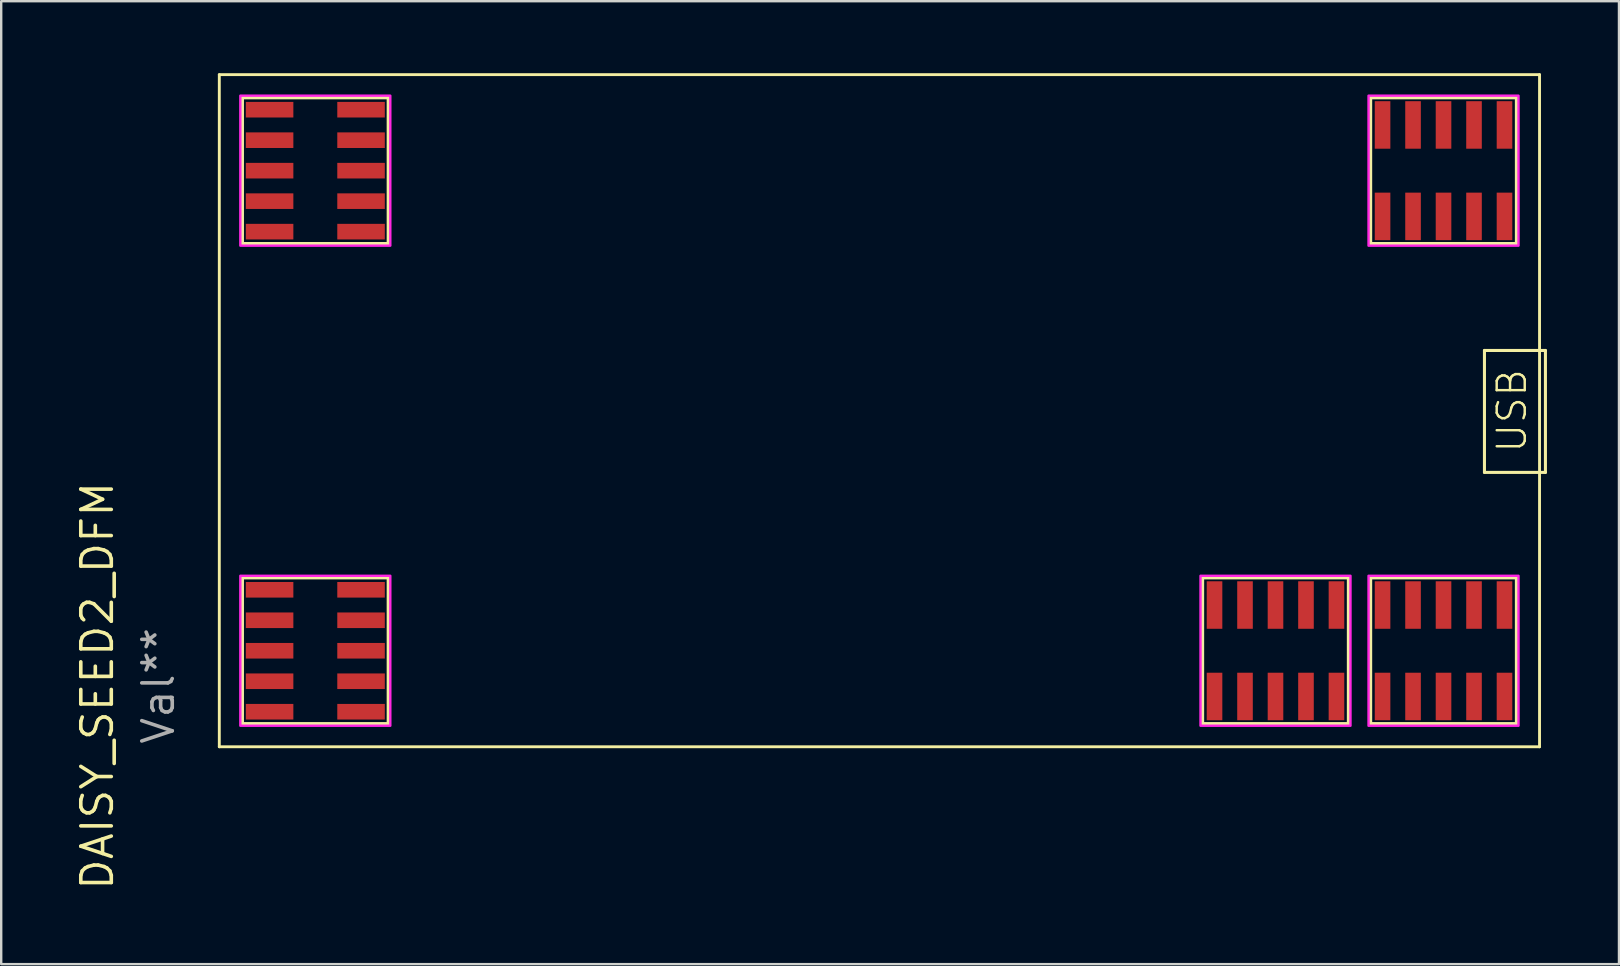
<source format=kicad_pcb>
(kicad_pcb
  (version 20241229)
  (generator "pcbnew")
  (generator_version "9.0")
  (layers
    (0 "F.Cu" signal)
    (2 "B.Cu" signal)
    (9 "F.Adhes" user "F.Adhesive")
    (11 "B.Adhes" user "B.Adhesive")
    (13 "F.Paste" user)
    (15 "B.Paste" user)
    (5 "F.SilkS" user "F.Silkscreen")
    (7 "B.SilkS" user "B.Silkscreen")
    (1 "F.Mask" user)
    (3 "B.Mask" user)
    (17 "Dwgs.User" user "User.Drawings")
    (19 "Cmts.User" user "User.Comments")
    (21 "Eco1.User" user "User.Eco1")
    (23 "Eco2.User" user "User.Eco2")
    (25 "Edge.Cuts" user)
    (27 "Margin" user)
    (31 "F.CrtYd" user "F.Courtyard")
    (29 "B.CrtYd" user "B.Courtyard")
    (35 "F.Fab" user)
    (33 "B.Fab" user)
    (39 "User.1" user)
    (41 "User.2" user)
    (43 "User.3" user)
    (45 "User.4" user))
  (footprint "DAISY_SEED2_DFM"
    (layer "F.Cu")
    (at 6.086 28.06)
    (property "Reference" "DAISY_SEED2_DFM" (at -5.08 -2.54 270) (layer "F.SilkS") (effects (font (size 1.27 1.27) (thickness 0.15))))
    (fp_line (start 0 -28) (end 55 -28) (stroke (width 0.12) (type solid)) (layer "F.SilkS"))
    (fp_line (start 0 0) (end 0 -28) (stroke (width 0.12) (type solid)) (layer "F.SilkS"))
    (fp_line (start 0.952 -27.048) (end 0.952 -20.952) (stroke (width 0.152) (type solid)) (layer "F.SilkS"))
    (fp_line (start 0.952 -20.952) (end 7.048 -20.952) (stroke (width 0.152) (type solid)) (layer "F.SilkS"))
    (fp_line (start 0.952 -7.048) (end 0.952 -0.952) (stroke (width 0.152) (type solid)) (layer "F.SilkS"))
    (fp_line (start 0.952 -0.952) (end 7.048 -0.952) (stroke (width 0.152) (type solid)) (layer "F.SilkS"))
    (fp_line (start 7.048 -27.048) (end 0.952 -27.048) (stroke (width 0.152) (type solid)) (layer "F.SilkS"))
    (fp_line (start 7.048 -20.952) (end 7.048 -27.048) (stroke (width 0.152) (type solid)) (layer "F.SilkS"))
    (fp_line (start 7.048 -7.048) (end 0.952 -7.048) (stroke (width 0.152) (type solid)) (layer "F.SilkS"))
    (fp_line (start 7.048 -0.952) (end 7.048 -7.048) (stroke (width 0.152) (type solid)) (layer "F.SilkS"))
    (fp_line (start 40.952 -7.048) (end 40.952 -0.952) (stroke (width 0.152) (type solid)) (layer "F.SilkS"))
    (fp_line (start 40.952 -0.952) (end 47.048 -0.952) (stroke (width 0.152) (type solid)) (layer "F.SilkS"))
    (fp_line (start 47.048 -7.048) (end 40.952 -7.048) (stroke (width 0.152) (type solid)) (layer "F.SilkS"))
    (fp_line (start 47.048 -0.952) (end 47.048 -7.048) (stroke (width 0.152) (type solid)) (layer "F.SilkS"))
    (fp_line (start 47.952 -27.048) (end 47.952 -20.952) (stroke (width 0.152) (type solid)) (layer "F.SilkS"))
    (fp_line (start 47.952 -20.952) (end 54.048 -20.952) (stroke (width 0.152) (type solid)) (layer "F.SilkS"))
    (fp_line (start 47.952 -7.048) (end 47.952 -0.952) (stroke (width 0.152) (type solid)) (layer "F.SilkS"))
    (fp_line (start 47.952 -0.952) (end 54.048 -0.952) (stroke (width 0.152) (type solid)) (layer "F.SilkS"))
    (fp_line (start 52.705 -16.51) (end 52.705 -11.43) (stroke (width 0.127) (type solid)) (layer "F.SilkS"))
    (fp_line (start 52.705 -11.43) (end 55.245 -11.43) (stroke (width 0.127) (type solid)) (layer "F.SilkS"))
    (fp_line (start 54.048 -27.048) (end 47.952 -27.048) (stroke (width 0.152) (type solid)) (layer "F.SilkS"))
    (fp_line (start 54.048 -20.952) (end 54.048 -27.048) (stroke (width 0.152) (type solid)) (layer "F.SilkS"))
    (fp_line (start 54.048 -7.048) (end 47.952 -7.048) (stroke (width 0.152) (type solid)) (layer "F.SilkS"))
    (fp_line (start 54.048 -0.952) (end 54.048 -7.048) (stroke (width 0.152) (type solid)) (layer "F.SilkS"))
    (fp_line (start 55 -28) (end 55 0) (stroke (width 0.12) (type solid)) (layer "F.SilkS"))
    (fp_line (start 55 0) (end 0 0) (stroke (width 0.12) (type solid)) (layer "F.SilkS"))
    (fp_line (start 55.245 -16.51) (end 52.705 -16.51) (stroke (width 0.127) (type solid)) (layer "F.SilkS"))
    (fp_line (start 55.245 -11.43) (end 55.245 -16.51) (stroke (width 0.127) (type solid)) (layer "F.SilkS"))
    (fp_poly (pts (xy 7.124 -20.876) (xy 0.876 -20.876) (xy 0.876 -27.124) (xy 7.124 -27.124)) (stroke (width 0.1) (type solid)) (fill no) (layer "F.CrtYd"))
    (fp_poly (pts (xy 7.124 -0.876) (xy 0.876 -0.876) (xy 0.876 -7.124) (xy 7.124 -7.124)) (stroke (width 0.1) (type solid)) (fill no) (layer "F.CrtYd"))
    (fp_poly (pts (xy 47.124 -0.876) (xy 40.876 -0.876) (xy 40.876 -7.124) (xy 47.124 -7.124)) (stroke (width 0.1) (type solid)) (fill no) (layer "F.CrtYd"))
    (fp_poly (pts (xy 54.124 -20.876) (xy 47.876 -20.876) (xy 47.876 -27.124) (xy 54.124 -27.124)) (stroke (width 0.1) (type solid)) (fill no) (layer "F.CrtYd"))
    (fp_poly (pts (xy 54.124 -0.876) (xy 47.876 -0.876) (xy 47.876 -7.124) (xy 54.124 -7.124)) (stroke (width 0.1) (type solid)) (fill no) (layer "F.CrtYd"))
    (fp_text user "USB" (at 53.848 -13.995 270) (layer "F.SilkS") (effects (font (size 1.168 1.168) (thickness 0.102))))
    (fp_text user "Val**" (at -2.54 -2.54 90) (unlocked yes) (layer "F.Fab") (effects (font (size 1.27 1.27) (thickness 0.15))))
    (pad "A1" smd rect (at 53.54 -2.095 270) (size 1.98 0.65) (layers "F.Cu" "F.Mask" "F.Paste"))
    (pad "A2" smd rect (at 52.27 -2.095 270) (size 1.98 0.65) (layers "F.Cu" "F.Mask" "F.Paste"))
    (pad "A3" smd rect (at 51 -2.095 270) (size 1.98 0.65) (layers "F.Cu" "F.Mask" "F.Paste"))
    (pad "A4" smd rect (at 49.73 -2.095 270) (size 1.98 0.65) (layers "F.Cu" "F.Mask" "F.Paste"))
    (pad "A5" smd rect (at 48.46 -2.095 270) (size 1.98 0.65) (layers "F.Cu" "F.Mask" "F.Paste"))
    (pad "A6" smd rect (at 48.46 -5.905 90) (size 1.98 0.65) (layers "F.Cu" "F.Mask" "F.Paste"))
    (pad "A7" smd rect (at 49.73 -5.905 90) (size 1.98 0.65) (layers "F.Cu" "F.Mask" "F.Paste"))
    (pad "A8" smd rect (at 51 -5.905 90) (size 1.98 0.65) (layers "F.Cu" "F.Mask" "F.Paste"))
    (pad "A9" smd rect (at 52.27 -5.905 90) (size 1.98 0.65) (layers "F.Cu" "F.Mask" "F.Paste"))
    (pad "A10" smd rect (at 53.54 -5.905 90) (size 1.98 0.65) (layers "F.Cu" "F.Mask" "F.Paste"))
    (pad "B1" smd rect (at 46.54 -2.095 270) (size 1.98 0.65) (layers "F.Cu" "F.Mask" "F.Paste"))
    (pad "B2" smd rect (at 45.27 -2.095 270) (size 1.98 0.65) (layers "F.Cu" "F.Mask" "F.Paste"))
    (pad "B3" smd rect (at 44 -2.095 270) (size 1.98 0.65) (layers "F.Cu" "F.Mask" "F.Paste"))
    (pad "B4" smd rect (at 42.73 -2.095 270) (size 1.98 0.65) (layers "F.Cu" "F.Mask" "F.Paste"))
    (pad "B5" smd rect (at 41.46 -2.095 270) (size 1.98 0.65) (layers "F.Cu" "F.Mask" "F.Paste"))
    (pad "B6" smd rect (at 41.46 -5.905 90) (size 1.98 0.65) (layers "F.Cu" "F.Mask" "F.Paste"))
    (pad "B7" smd rect (at 42.73 -5.905 90) (size 1.98 0.65) (layers "F.Cu" "F.Mask" "F.Paste"))
    (pad "B8" smd rect (at 44 -5.905 90) (size 1.98 0.65) (layers "F.Cu" "F.Mask" "F.Paste"))
    (pad "B9" smd rect (at 45.27 -5.905 90) (size 1.98 0.65) (layers "F.Cu" "F.Mask" "F.Paste"))
    (pad "B10" smd rect (at 46.54 -5.905 90) (size 1.98 0.65) (layers "F.Cu" "F.Mask" "F.Paste"))
    (pad "C1" smd rect (at 5.905 -6.54 180) (size 1.98 0.65) (layers "F.Cu" "F.Mask" "F.Paste"))
    (pad "C2" smd rect (at 5.905 -5.27 180) (size 1.98 0.65) (layers "F.Cu" "F.Mask" "F.Paste"))
    (pad "C3" smd rect (at 5.905 -4 180) (size 1.98 0.65) (layers "F.Cu" "F.Mask" "F.Paste"))
    (pad "C4" smd rect (at 5.905 -2.73 180) (size 1.98 0.65) (layers "F.Cu" "F.Mask" "F.Paste"))
    (pad "C5" smd rect (at 5.905 -1.46 180) (size 1.98 0.65) (layers "F.Cu" "F.Mask" "F.Paste"))
    (pad "C6" smd rect (at 2.095 -1.46) (size 1.98 0.65) (layers "F.Cu" "F.Mask" "F.Paste"))
    (pad "C7" smd rect (at 2.095 -2.73) (size 1.98 0.65) (layers "F.Cu" "F.Mask" "F.Paste"))
    (pad "C8" smd rect (at 2.095 -4) (size 1.98 0.65) (layers "F.Cu" "F.Mask" "F.Paste"))
    (pad "C9" smd rect (at 2.095 -5.27) (size 1.98 0.65) (layers "F.Cu" "F.Mask" "F.Paste"))
    (pad "C10" smd rect (at 2.095 -6.54) (size 1.98 0.65) (layers "F.Cu" "F.Mask" "F.Paste"))
    (pad "D1" smd rect (at 5.905 -26.54 180) (size 1.98 0.65) (layers "F.Cu" "F.Mask" "F.Paste"))
    (pad "D2" smd rect (at 5.905 -25.27 180) (size 1.98 0.65) (layers "F.Cu" "F.Mask" "F.Paste"))
    (pad "D3" smd rect (at 5.905 -24 180) (size 1.98 0.65) (layers "F.Cu" "F.Mask" "F.Paste"))
    (pad "D4" smd rect (at 5.905 -22.73 180) (size 1.98 0.65) (layers "F.Cu" "F.Mask" "F.Paste"))
    (pad "D5" smd rect (at 5.905 -21.46 180) (size 1.98 0.65) (layers "F.Cu" "F.Mask" "F.Paste"))
    (pad "D6" smd rect (at 2.095 -21.46) (size 1.98 0.65) (layers "F.Cu" "F.Mask" "F.Paste"))
    (pad "D7" smd rect (at 2.095 -22.73) (size 1.98 0.65) (layers "F.Cu" "F.Mask" "F.Paste"))
    (pad "D8" smd rect (at 2.095 -24) (size 1.98 0.65) (layers "F.Cu" "F.Mask" "F.Paste"))
    (pad "D9" smd rect (at 2.095 -25.27) (size 1.98 0.65) (layers "F.Cu" "F.Mask" "F.Paste"))
    (pad "D10" smd rect (at 2.095 -26.54) (size 1.98 0.65) (layers "F.Cu" "F.Mask" "F.Paste"))
    (pad "E1" smd rect (at 53.54 -22.095 270) (size 1.98 0.65) (layers "F.Cu" "F.Mask" "F.Paste"))
    (pad "E2" smd rect (at 52.27 -22.095 270) (size 1.98 0.65) (layers "F.Cu" "F.Mask" "F.Paste"))
    (pad "E3" smd rect (at 51 -22.095 270) (size 1.98 0.65) (layers "F.Cu" "F.Mask" "F.Paste"))
    (pad "E4" smd rect (at 49.73 -22.095 270) (size 1.98 0.65) (layers "F.Cu" "F.Mask" "F.Paste"))
    (pad "E5" smd rect (at 48.46 -22.095 270) (size 1.98 0.65) (layers "F.Cu" "F.Mask" "F.Paste"))
    (pad "E6" smd rect (at 48.46 -25.905 90) (size 1.98 0.65) (layers "F.Cu" "F.Mask" "F.Paste"))
    (pad "E7" smd rect (at 49.73 -25.905 90) (size 1.98 0.65) (layers "F.Cu" "F.Mask" "F.Paste"))
    (pad "E8" smd rect (at 51 -25.905 90) (size 1.98 0.65) (layers "F.Cu" "F.Mask" "F.Paste"))
    (pad "E9" smd rect (at 52.27 -25.905 90) (size 1.98 0.65) (layers "F.Cu" "F.Mask" "F.Paste"))
    (pad "E10" smd rect (at 53.54 -25.905 90) (size 1.98 0.65) (layers "F.Cu" "F.Mask" "F.Paste")))
  (gr_rect
    (start -3 -3)
    (end 64.395 37.115)
    (stroke (width 0.1) (type default))
    (fill no)
    (layer "Edge.Cuts")))
</source>
